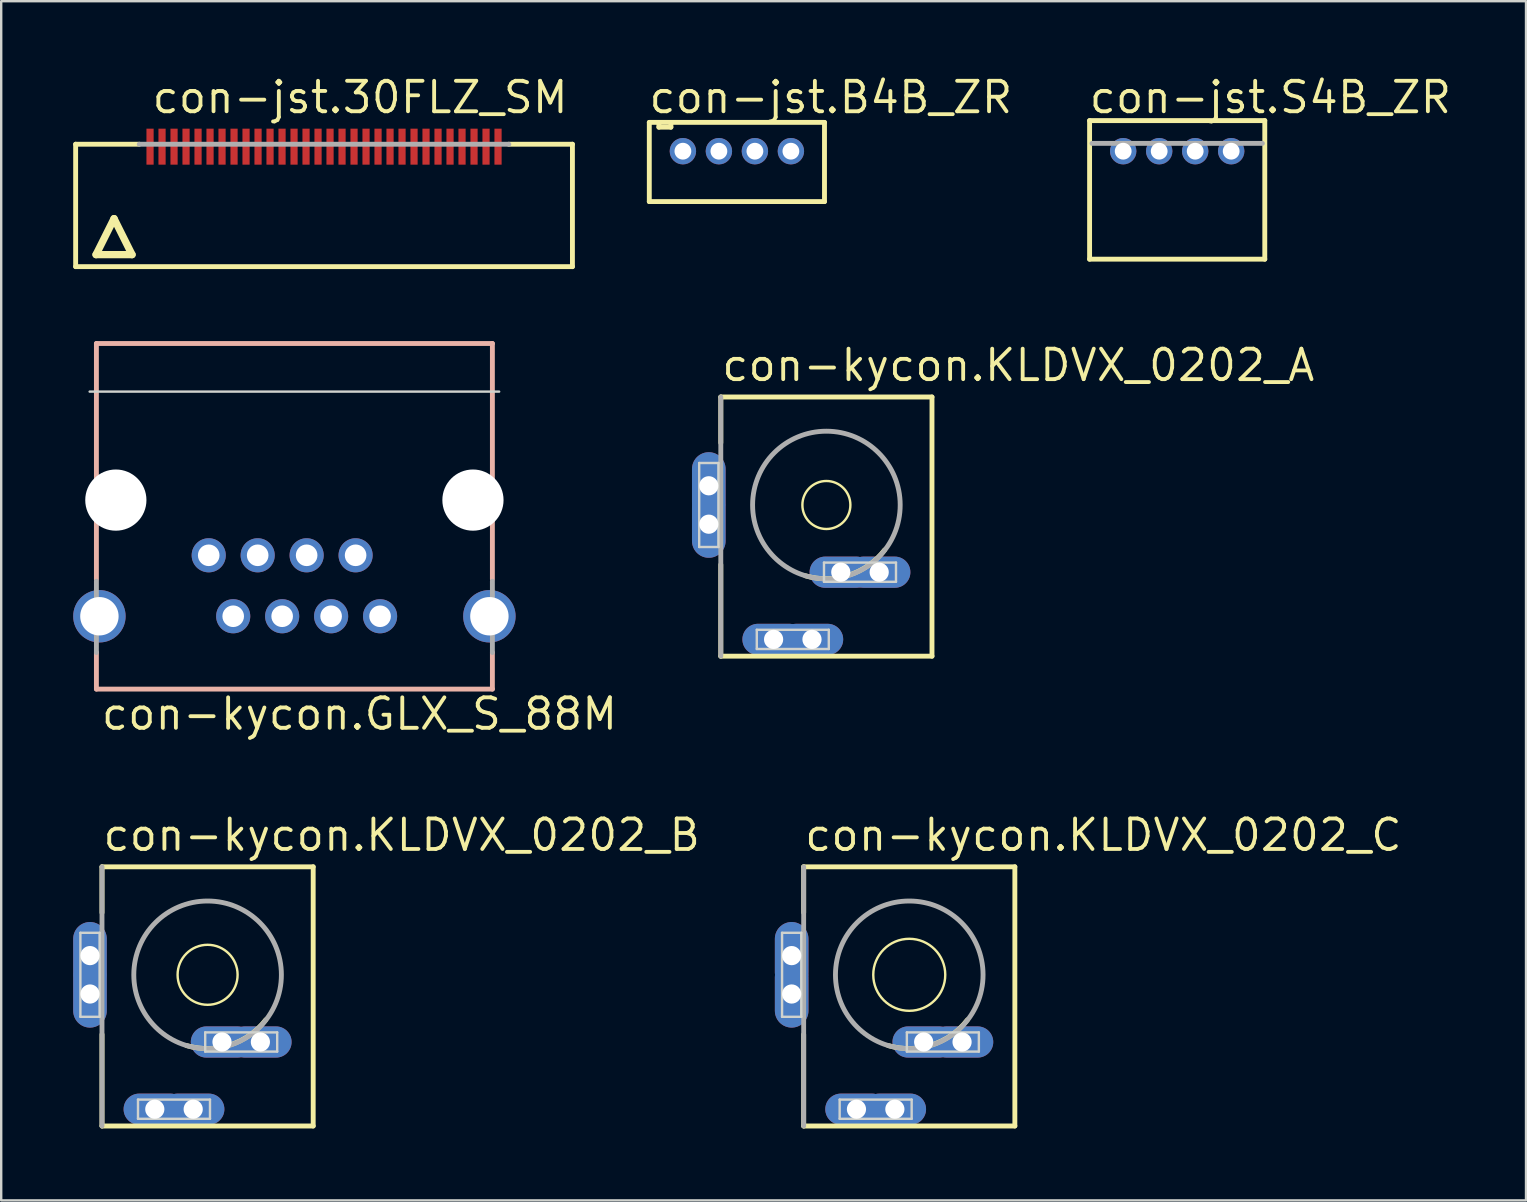
<source format=kicad_pcb>
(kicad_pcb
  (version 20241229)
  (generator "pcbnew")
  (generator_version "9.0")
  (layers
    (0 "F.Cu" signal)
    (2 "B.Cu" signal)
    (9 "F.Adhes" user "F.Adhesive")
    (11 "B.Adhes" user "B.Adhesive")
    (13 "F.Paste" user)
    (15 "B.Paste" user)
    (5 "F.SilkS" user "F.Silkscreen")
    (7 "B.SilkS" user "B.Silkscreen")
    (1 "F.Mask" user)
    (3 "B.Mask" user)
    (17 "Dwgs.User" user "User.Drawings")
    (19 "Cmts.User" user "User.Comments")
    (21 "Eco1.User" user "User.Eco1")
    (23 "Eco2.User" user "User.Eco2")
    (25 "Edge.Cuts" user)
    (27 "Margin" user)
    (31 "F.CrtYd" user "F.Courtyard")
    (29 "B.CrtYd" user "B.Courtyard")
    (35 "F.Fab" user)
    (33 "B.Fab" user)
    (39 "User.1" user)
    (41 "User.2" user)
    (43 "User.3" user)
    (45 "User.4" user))
  (footprint "con-jst.B4B_ZR"
    (layer "F.Cu")
    (at 27.655 3.25)
    (property "Reference" "con-jst.B4B_ZR" (at -3.75 -1.5 0) (layer "F.SilkS") (effects (font (size 1.27 1.27) (thickness 0.16)) (justify left bottom)))
    (attr through_hole)
    (fp_line (start -3.65 2.1) (end -3.65 -1.2) (stroke (width 0.203) (type default)) (layer "F.SilkS"))
    (fp_line (start -3.25 -1) (end -3.25 -1.15) (stroke (width 0.203) (type default)) (layer "F.SilkS"))
    (fp_line (start -3.25 -1) (end -2.75 -1) (stroke (width 0.203) (type default)) (layer "F.SilkS"))
    (fp_line (start -2.75 -1) (end -2.75 -1.15) (stroke (width 0.203) (type default)) (layer "F.SilkS"))
    (fp_line (start 3.65 -1.2) (end -3.65 -1.2) (stroke (width 0.203) (type default)) (layer "F.SilkS"))
    (fp_line (start 3.65 -1.2) (end 3.65 2.1) (stroke (width 0.203) (type default)) (layer "F.SilkS"))
    (fp_line (start 3.65 2.1) (end -3.65 2.1) (stroke (width 0.203) (type default)) (layer "F.SilkS"))
    (pad "1" thru_hole circle (at -2.25 0) (size 1.1 1.1) (drill 0.7) (layers "*.Cu" "*.Mask"))
    (pad "2" thru_hole circle (at -0.75 0) (size 1.1 1.1) (drill 0.7) (layers "*.Cu" "*.Mask"))
    (pad "3" thru_hole circle (at 0.75 0) (size 1.1 1.1) (drill 0.7) (layers "*.Cu" "*.Mask"))
    (pad "4" thru_hole circle (at 2.25 0) (size 1.1 1.1) (drill 0.7) (layers "*.Cu" "*.Mask")))
  (footprint "con-kycon.KLDVX_0202_B"
    (layer "F.Cu")
    (at 5.6 37.568)
    (property "Reference" "con-kycon.KLDVX_0202_B" (at -4.445 -5.08 0) (layer "F.SilkS") (effects (font (size 1.27 1.27) (thickness 0.16)) (justify left bottom)))
    (attr through_hole)
    (fp_line (start -4.4 -2.59) (end -4.4 -4.5) (stroke (width 0.203) (type default)) (layer "F.SilkS"))
    (fp_line (start -4.4 6.3) (end -4.4 2.485) (stroke (width 0.203) (type default)) (layer "F.SilkS"))
    (fp_line (start 4.4 -4.5) (end -4.4 -4.5) (stroke (width 0.203) (type default)) (layer "F.SilkS"))
    (fp_line (start 4.4 -4.5) (end 4.4 6.3) (stroke (width 0.203) (type default)) (layer "F.SilkS"))
    (fp_line (start 4.4 6.3) (end -4.4 6.3) (stroke (width 0.203) (type default)) (layer "F.SilkS"))
    (fp_arc (start 2.425 1.875) (mid 0.940995 2.922067) (end -0.875 2.95) (stroke (width 0.2032) (type default)) (layer "F.SilkS"))
    (fp_circle (center 0 0) (end 1.25 0) (stroke (width 0.1) (type default)) (fill no) (layer "F.SilkS"))
    (fp_line (start -5.3 -1.75) (end -4.5 -1.75) (stroke (width 0.1) (type default)) (layer "Edge.Cuts"))
    (fp_line (start -5.3 1.75) (end -5.3 -1.75) (stroke (width 0.1) (type default)) (layer "Edge.Cuts"))
    (fp_line (start -4.5 -1.75) (end -4.5 1.75) (stroke (width 0.1) (type default)) (layer "Edge.Cuts"))
    (fp_line (start -4.5 1.75) (end -5.3 1.75) (stroke (width 0.1) (type default)) (layer "Edge.Cuts"))
    (fp_line (start -2.9 5.2) (end 0.1 5.2) (stroke (width 0.1) (type default)) (layer "Edge.Cuts"))
    (fp_line (start -2.9 6) (end -2.9 5.2) (stroke (width 0.1) (type default)) (layer "Edge.Cuts"))
    (fp_line (start -0.1 2.4) (end 2.9 2.4) (stroke (width 0.1) (type default)) (layer "Edge.Cuts"))
    (fp_line (start -0.1 3.2) (end -0.1 2.4) (stroke (width 0.1) (type default)) (layer "Edge.Cuts"))
    (fp_line (start 0.1 5.2) (end 0.1 6) (stroke (width 0.1) (type default)) (layer "Edge.Cuts"))
    (fp_line (start 0.1 6) (end -2.9 6) (stroke (width 0.1) (type default)) (layer "Edge.Cuts"))
    (fp_line (start 2.9 2.4) (end 2.9 3.2) (stroke (width 0.1) (type default)) (layer "Edge.Cuts"))
    (fp_line (start 2.9 3.2) (end -0.1 3.2) (stroke (width 0.1) (type default)) (layer "Edge.Cuts"))
    (fp_line (start -4.4 6.3) (end -4.4 -4.5) (stroke (width 0.203) (type default)) (layer "F.Fab"))
    (fp_circle (center 0 0) (end 3.075 0) (stroke (width 0.203) (type default)) (fill no) (layer "F.Fab"))
    (pad "1" thru_hole oval (at -4.9 -0.8 90) (size 2.8 1.4) (drill 0.8) (layers "*.Cu" "*.Mask"))
    (pad "1@1" thru_hole oval (at -4.9 0.8 90) (size 2.8 1.4) (drill 0.8) (layers "*.Cu" "*.Mask"))
    (pad "2" thru_hole oval (at -2.2 5.6) (size 2.6 1.3) (drill 0.8) (layers "*.Cu" "*.Mask"))
    (pad "2@1" thru_hole oval (at -0.6 5.6) (size 2.6 1.3) (drill 0.8) (layers "*.Cu" "*.Mask"))
    (pad "3" thru_hole oval (at 0.6 2.8) (size 2.6 1.3) (drill 0.8) (layers "*.Cu" "*.Mask"))
    (pad "3@1" thru_hole oval (at 2.2 2.8) (size 2.6 1.3) (drill 0.8) (layers "*.Cu" "*.Mask")))
  (footprint "con-kycon.KLDVX_0202_C"
    (layer "F.Cu")
    (at 34.837 37.568)
    (property "Reference" "con-kycon.KLDVX_0202_C" (at -4.445 -5.08 0) (layer "F.SilkS") (effects (font (size 1.27 1.27) (thickness 0.16)) (justify left bottom)))
    (attr through_hole)
    (fp_line (start -4.4 -2.59) (end -4.4 -4.5) (stroke (width 0.203) (type default)) (layer "F.SilkS"))
    (fp_line (start -4.4 6.3) (end -4.4 2.485) (stroke (width 0.203) (type default)) (layer "F.SilkS"))
    (fp_line (start 4.4 -4.5) (end -4.4 -4.5) (stroke (width 0.203) (type default)) (layer "F.SilkS"))
    (fp_line (start 4.4 -4.5) (end 4.4 6.3) (stroke (width 0.203) (type default)) (layer "F.SilkS"))
    (fp_line (start 4.4 6.3) (end -4.4 6.3) (stroke (width 0.203) (type default)) (layer "F.SilkS"))
    (fp_arc (start 2.425 1.875) (mid 0.940995 2.922067) (end -0.875 2.95) (stroke (width 0.2032) (type default)) (layer "F.SilkS"))
    (fp_circle (center 0 0) (end 1.5 0) (stroke (width 0.1) (type default)) (fill no) (layer "F.SilkS"))
    (fp_line (start -5.3 -1.75) (end -4.5 -1.75) (stroke (width 0.1) (type default)) (layer "Edge.Cuts"))
    (fp_line (start -5.3 1.75) (end -5.3 -1.75) (stroke (width 0.1) (type default)) (layer "Edge.Cuts"))
    (fp_line (start -4.5 -1.75) (end -4.5 1.75) (stroke (width 0.1) (type default)) (layer "Edge.Cuts"))
    (fp_line (start -4.5 1.75) (end -5.3 1.75) (stroke (width 0.1) (type default)) (layer "Edge.Cuts"))
    (fp_line (start -2.9 5.2) (end 0.1 5.2) (stroke (width 0.1) (type default)) (layer "Edge.Cuts"))
    (fp_line (start -2.9 6) (end -2.9 5.2) (stroke (width 0.1) (type default)) (layer "Edge.Cuts"))
    (fp_line (start -0.1 2.4) (end 2.9 2.4) (stroke (width 0.1) (type default)) (layer "Edge.Cuts"))
    (fp_line (start -0.1 3.2) (end -0.1 2.4) (stroke (width 0.1) (type default)) (layer "Edge.Cuts"))
    (fp_line (start 0.1 5.2) (end 0.1 6) (stroke (width 0.1) (type default)) (layer "Edge.Cuts"))
    (fp_line (start 0.1 6) (end -2.9 6) (stroke (width 0.1) (type default)) (layer "Edge.Cuts"))
    (fp_line (start 2.9 2.4) (end 2.9 3.2) (stroke (width 0.1) (type default)) (layer "Edge.Cuts"))
    (fp_line (start 2.9 3.2) (end -0.1 3.2) (stroke (width 0.1) (type default)) (layer "Edge.Cuts"))
    (fp_line (start -4.4 6.3) (end -4.4 -4.5) (stroke (width 0.203) (type default)) (layer "F.Fab"))
    (fp_circle (center 0 0) (end 3.075 0) (stroke (width 0.203) (type default)) (fill no) (layer "F.Fab"))
    (pad "1" thru_hole oval (at -4.9 -0.8 90) (size 2.8 1.4) (drill 0.8) (layers "*.Cu" "*.Mask"))
    (pad "1@1" thru_hole oval (at -4.9 0.8 90) (size 2.8 1.4) (drill 0.8) (layers "*.Cu" "*.Mask"))
    (pad "2" thru_hole oval (at -2.2 5.6) (size 2.6 1.3) (drill 0.8) (layers "*.Cu" "*.Mask"))
    (pad "2@1" thru_hole oval (at -0.6 5.6) (size 2.6 1.3) (drill 0.8) (layers "*.Cu" "*.Mask"))
    (pad "3" thru_hole oval (at 0.6 2.8) (size 2.6 1.3) (drill 0.8) (layers "*.Cu" "*.Mask"))
    (pad "3@1" thru_hole oval (at 2.2 2.8) (size 2.6 1.3) (drill 0.8) (layers "*.Cu" "*.Mask")))
  (footprint "con-kycon.KLDVX_0202_A"
    (layer "F.Cu")
    (at 31.384 17.992)
    (property "Reference" "con-kycon.KLDVX_0202_A" (at -4.445 -5.08 0) (layer "F.SilkS") (effects (font (size 1.27 1.27) (thickness 0.16)) (justify left bottom)))
    (attr through_hole)
    (fp_line (start -4.4 -2.59) (end -4.4 -4.5) (stroke (width 0.203) (type default)) (layer "F.SilkS"))
    (fp_line (start -4.4 6.3) (end -4.4 2.485) (stroke (width 0.203) (type default)) (layer "F.SilkS"))
    (fp_line (start 4.4 -4.5) (end -4.4 -4.5) (stroke (width 0.203) (type default)) (layer "F.SilkS"))
    (fp_line (start 4.4 -4.5) (end 4.4 6.3) (stroke (width 0.203) (type default)) (layer "F.SilkS"))
    (fp_line (start 4.4 6.3) (end -4.4 6.3) (stroke (width 0.203) (type default)) (layer "F.SilkS"))
    (fp_arc (start 2.425 1.875) (mid 0.940995 2.922067) (end -0.875 2.95) (stroke (width 0.2032) (type default)) (layer "F.SilkS"))
    (fp_circle (center 0 0) (end 1 0) (stroke (width 0.1) (type default)) (fill no) (layer "F.SilkS"))
    (fp_line (start -5.3 -1.75) (end -4.5 -1.75) (stroke (width 0.1) (type default)) (layer "Edge.Cuts"))
    (fp_line (start -5.3 1.75) (end -5.3 -1.75) (stroke (width 0.1) (type default)) (layer "Edge.Cuts"))
    (fp_line (start -4.5 -1.75) (end -4.5 1.75) (stroke (width 0.1) (type default)) (layer "Edge.Cuts"))
    (fp_line (start -4.5 1.75) (end -5.3 1.75) (stroke (width 0.1) (type default)) (layer "Edge.Cuts"))
    (fp_line (start -2.9 5.2) (end 0.1 5.2) (stroke (width 0.1) (type default)) (layer "Edge.Cuts"))
    (fp_line (start -2.9 6) (end -2.9 5.2) (stroke (width 0.1) (type default)) (layer "Edge.Cuts"))
    (fp_line (start -0.1 2.4) (end 2.9 2.4) (stroke (width 0.1) (type default)) (layer "Edge.Cuts"))
    (fp_line (start -0.1 3.2) (end -0.1 2.4) (stroke (width 0.1) (type default)) (layer "Edge.Cuts"))
    (fp_line (start 0.1 5.2) (end 0.1 6) (stroke (width 0.1) (type default)) (layer "Edge.Cuts"))
    (fp_line (start 0.1 6) (end -2.9 6) (stroke (width 0.1) (type default)) (layer "Edge.Cuts"))
    (fp_line (start 2.9 2.4) (end 2.9 3.2) (stroke (width 0.1) (type default)) (layer "Edge.Cuts"))
    (fp_line (start 2.9 3.2) (end -0.1 3.2) (stroke (width 0.1) (type default)) (layer "Edge.Cuts"))
    (fp_line (start -4.4 6.3) (end -4.4 -4.5) (stroke (width 0.203) (type default)) (layer "F.Fab"))
    (fp_circle (center 0 0) (end 3.075 0) (stroke (width 0.203) (type default)) (fill no) (layer "F.Fab"))
    (pad "1" thru_hole oval (at -4.9 -0.8 90) (size 2.8 1.4) (drill 0.8) (layers "*.Cu" "*.Mask"))
    (pad "1@1" thru_hole oval (at -4.9 0.8 90) (size 2.8 1.4) (drill 0.8) (layers "*.Cu" "*.Mask"))
    (pad "2" thru_hole oval (at -2.2 5.6) (size 2.6 1.3) (drill 0.8) (layers "*.Cu" "*.Mask"))
    (pad "2@1" thru_hole oval (at -0.6 5.6) (size 2.6 1.3) (drill 0.8) (layers "*.Cu" "*.Mask"))
    (pad "3" thru_hole oval (at 0.6 2.8) (size 2.6 1.3) (drill 0.8) (layers "*.Cu" "*.Mask"))
    (pad "3@1" thru_hole oval (at 2.2 2.8) (size 2.6 1.3) (drill 0.8) (layers "*.Cu" "*.Mask")))
  (footprint "con-kycon.GLX_S_88M"
    (layer "F.Cu")
    (at 9.217 17.788)
    (property "Reference" "con-kycon.GLX_S_88M" (at -8.128 9.652 0) (layer "F.SilkS") (effects (font (size 1.27 1.27) (thickness 0.16)) (justify left bottom)))
    (attr through_hole)
    (fp_line (start -8.25 -6.525) (end 8.25 -6.525) (stroke (width 0.203) (type default)) (layer "B.SilkS"))
    (fp_line (start -8.25 3.302) (end -8.25 -6.525) (stroke (width 0.203) (type default)) (layer "B.SilkS"))
    (fp_line (start -8.25 7.875) (end -8.25 6.35) (stroke (width 0.203) (type default)) (layer "B.SilkS"))
    (fp_line (start 8.25 -6.525) (end 8.25 3.302) (stroke (width 0.203) (type default)) (layer "B.SilkS"))
    (fp_line (start 8.25 6.35) (end 8.25 7.875) (stroke (width 0.203) (type default)) (layer "B.SilkS"))
    (fp_line (start 8.25 7.875) (end -8.25 7.875) (stroke (width 0.203) (type default)) (layer "B.SilkS"))
    (fp_line (start -8.532 -4.52) (end 8.532 -4.52) (stroke (width 0.1) (type default)) (layer "Edge.Cuts"))
    (fp_line (start -8.25 6.351) (end -8.25 3.381) (stroke (width 0.203) (type default)) (layer "F.Fab"))
    (fp_line (start 8.25 3.381) (end 8.25 6.351) (stroke (width 0.203) (type default)) (layer "F.Fab"))
    (pad "" np_thru_hole circle (at -7.44 0) (size 2.55 2.55) (drill 2.55) (layers "*.Cu" "*.Mask"))
    (pad "" np_thru_hole circle (at 7.44 0) (size 2.55 2.55) (drill 2.55) (layers "*.Cu" "*.Mask"))
    (pad "1" thru_hole circle (at -3.57 2.3) (size 1.422 1.422) (drill 0.9) (layers "*.Cu" "*.Mask"))
    (pad "2" thru_hole circle (at -2.55 4.84) (size 1.422 1.422) (drill 0.9) (layers "*.Cu" "*.Mask"))
    (pad "3" thru_hole circle (at -1.53 2.3) (size 1.422 1.422) (drill 0.9) (layers "*.Cu" "*.Mask"))
    (pad "4" thru_hole circle (at -0.51 4.84) (size 1.422 1.422) (drill 0.9) (layers "*.Cu" "*.Mask"))
    (pad "5" thru_hole circle (at 0.51 2.3) (size 1.422 1.422) (drill 0.9) (layers "*.Cu" "*.Mask"))
    (pad "6" thru_hole circle (at 1.53 4.84) (size 1.422 1.422) (drill 0.9) (layers "*.Cu" "*.Mask"))
    (pad "7" thru_hole circle (at 2.55 2.3) (size 1.422 1.422) (drill 0.9) (layers "*.Cu" "*.Mask"))
    (pad "8" thru_hole circle (at 3.57 4.84) (size 1.422 1.422) (drill 0.9) (layers "*.Cu" "*.Mask"))
    (pad "S1" thru_hole circle (at -8.125 4.84) (size 2.184 2.184) (drill 1.6) (layers "*.Cu" "*.Mask"))
    (pad "S2" thru_hole circle (at 8.125 4.84) (size 2.184 2.184) (drill 1.6) (layers "*.Cu" "*.Mask")))
  (footprint "con-jst.S4B_ZR"
    (layer "F.Cu")
    (at 46.001 3.25)
    (property "Reference" "con-jst.S4B_ZR" (at -3.75 -1.5 0) (layer "F.SilkS") (effects (font (size 1.27 1.27) (thickness 0.16)) (justify left bottom)))
    (attr through_hole)
    (fp_line (start -3.65 4.5) (end -3.65 -1.275) (stroke (width 0.203) (type default)) (layer "F.SilkS"))
    (fp_line (start 3.65 -1.275) (end -3.65 -1.275) (stroke (width 0.203) (type default)) (layer "F.SilkS"))
    (fp_line (start 3.65 -1.275) (end 3.65 4.5) (stroke (width 0.203) (type default)) (layer "F.SilkS"))
    (fp_line (start 3.65 4.5) (end -3.65 4.5) (stroke (width 0.203) (type default)) (layer "F.SilkS"))
    (fp_line (start -3.55 -0.325) (end 3.55 -0.325) (stroke (width 0.203) (type default)) (layer "F.Fab"))
    (pad "1" thru_hole circle (at -2.25 0) (size 1.1 1.1) (drill 0.7) (layers "*.Cu" "*.Mask"))
    (pad "2" thru_hole circle (at -0.75 0) (size 1.1 1.1) (drill 0.7) (layers "*.Cu" "*.Mask"))
    (pad "3" thru_hole circle (at 0.75 0) (size 1.1 1.1) (drill 0.7) (layers "*.Cu" "*.Mask"))
    (pad "4" thru_hole circle (at 2.25 0) (size 1.1 1.1) (drill 0.7) (layers "*.Cu" "*.Mask")))
  (footprint "con-jst.30FLZ_SM"
    (layer "F.Cu")
    (at 10.452 5.56)
    (property "Reference" "con-jst.30FLZ_SM" (at -7.25 -3.81 0) (layer "F.SilkS") (effects (font (size 1.27 1.27) (thickness 0.16)) (justify left bottom)))
    (attr smd)
    (fp_line (start -10.35 -2.6) (end -7.7 -2.6) (stroke (width 0.203) (type default)) (layer "F.SilkS"))
    (fp_line (start -10.35 2.5) (end -10.35 -2.6) (stroke (width 0.203) (type default)) (layer "F.SilkS"))
    (fp_line (start -9.5 2) (end -8 2) (stroke (width 0.305) (type default)) (layer "F.SilkS"))
    (fp_line (start -8.75 0.5) (end -9.5 2) (stroke (width 0.305) (type default)) (layer "F.SilkS"))
    (fp_line (start -8 2) (end -8.75 0.5) (stroke (width 0.305) (type default)) (layer "F.SilkS"))
    (fp_line (start 7.7 -2.6) (end 10.35 -2.6) (stroke (width 0.203) (type default)) (layer "F.SilkS"))
    (fp_line (start 10.35 -2.6) (end 10.35 2.5) (stroke (width 0.203) (type default)) (layer "F.SilkS"))
    (fp_line (start 10.35 2.5) (end -10.35 2.5) (stroke (width 0.203) (type default)) (layer "F.SilkS"))
    (fp_line (start -7.7 -2.6) (end 7.7 -2.6) (stroke (width 0.203) (type default)) (layer "F.Fab"))
    (pad "1" smd roundrect (at -7.25 -2.5) (size 0.3 1.5) (layers "F.Cu" "F.Mask" "F.Paste") (roundrect_rratio 0.01))
    (pad "2" smd roundrect (at -6.75 -2.5) (size 0.3 1.5) (layers "F.Cu" "F.Mask" "F.Paste") (roundrect_rratio 0.01))
    (pad "3" smd roundrect (at -6.25 -2.5) (size 0.3 1.5) (layers "F.Cu" "F.Mask" "F.Paste") (roundrect_rratio 0.01))
    (pad "4" smd roundrect (at -5.75 -2.5) (size 0.3 1.5) (layers "F.Cu" "F.Mask" "F.Paste") (roundrect_rratio 0.01))
    (pad "5" smd roundrect (at -5.25 -2.5) (size 0.3 1.5) (layers "F.Cu" "F.Mask" "F.Paste") (roundrect_rratio 0.01))
    (pad "6" smd roundrect (at -4.75 -2.5) (size 0.3 1.5) (layers "F.Cu" "F.Mask" "F.Paste") (roundrect_rratio 0.01))
    (pad "7" smd roundrect (at -4.25 -2.5) (size 0.3 1.5) (layers "F.Cu" "F.Mask" "F.Paste") (roundrect_rratio 0.01))
    (pad "8" smd roundrect (at -3.75 -2.5) (size 0.3 1.5) (layers "F.Cu" "F.Mask" "F.Paste") (roundrect_rratio 0.01))
    (pad "9" smd roundrect (at -3.25 -2.5) (size 0.3 1.5) (layers "F.Cu" "F.Mask" "F.Paste") (roundrect_rratio 0.01))
    (pad "10" smd roundrect (at -2.75 -2.5) (size 0.3 1.5) (layers "F.Cu" "F.Mask" "F.Paste") (roundrect_rratio 0.01))
    (pad "11" smd roundrect (at -2.25 -2.5) (size 0.3 1.5) (layers "F.Cu" "F.Mask" "F.Paste") (roundrect_rratio 0.01))
    (pad "12" smd roundrect (at -1.75 -2.5) (size 0.3 1.5) (layers "F.Cu" "F.Mask" "F.Paste") (roundrect_rratio 0.01))
    (pad "13" smd roundrect (at -1.25 -2.5) (size 0.3 1.5) (layers "F.Cu" "F.Mask" "F.Paste") (roundrect_rratio 0.01))
    (pad "14" smd roundrect (at -0.75 -2.5) (size 0.3 1.5) (layers "F.Cu" "F.Mask" "F.Paste") (roundrect_rratio 0.01))
    (pad "15" smd roundrect (at -0.25 -2.5) (size 0.3 1.5) (layers "F.Cu" "F.Mask" "F.Paste") (roundrect_rratio 0.01))
    (pad "16" smd roundrect (at 0.25 -2.5) (size 0.3 1.5) (layers "F.Cu" "F.Mask" "F.Paste") (roundrect_rratio 0.01))
    (pad "17" smd roundrect (at 0.75 -2.5) (size 0.3 1.5) (layers "F.Cu" "F.Mask" "F.Paste") (roundrect_rratio 0.01))
    (pad "18" smd roundrect (at 1.25 -2.5) (size 0.3 1.5) (layers "F.Cu" "F.Mask" "F.Paste") (roundrect_rratio 0.01))
    (pad "19" smd roundrect (at 1.75 -2.5) (size 0.3 1.5) (layers "F.Cu" "F.Mask" "F.Paste") (roundrect_rratio 0.01))
    (pad "20" smd roundrect (at 2.25 -2.5) (size 0.3 1.5) (layers "F.Cu" "F.Mask" "F.Paste") (roundrect_rratio 0.01))
    (pad "21" smd roundrect (at 2.75 -2.5) (size 0.3 1.5) (layers "F.Cu" "F.Mask" "F.Paste") (roundrect_rratio 0.01))
    (pad "22" smd roundrect (at 3.25 -2.5) (size 0.3 1.5) (layers "F.Cu" "F.Mask" "F.Paste") (roundrect_rratio 0.01))
    (pad "23" smd roundrect (at 3.75 -2.5) (size 0.3 1.5) (layers "F.Cu" "F.Mask" "F.Paste") (roundrect_rratio 0.01))
    (pad "24" smd roundrect (at 4.25 -2.5) (size 0.3 1.5) (layers "F.Cu" "F.Mask" "F.Paste") (roundrect_rratio 0.01))
    (pad "25" smd roundrect (at 4.75 -2.5) (size 0.3 1.5) (layers "F.Cu" "F.Mask" "F.Paste") (roundrect_rratio 0.01))
    (pad "26" smd roundrect (at 5.25 -2.5) (size 0.3 1.5) (layers "F.Cu" "F.Mask" "F.Paste") (roundrect_rratio 0.01))
    (pad "27" smd roundrect (at 5.75 -2.5) (size 0.3 1.5) (layers "F.Cu" "F.Mask" "F.Paste") (roundrect_rratio 0.01))
    (pad "28" smd roundrect (at 6.25 -2.5) (size 0.3 1.5) (layers "F.Cu" "F.Mask" "F.Paste") (roundrect_rratio 0.01))
    (pad "29" smd roundrect (at 6.75 -2.5) (size 0.3 1.5) (layers "F.Cu" "F.Mask" "F.Paste") (roundrect_rratio 0.01))
    (pad "30" smd roundrect (at 7.25 -2.5) (size 0.3 1.5) (layers "F.Cu" "F.Mask" "F.Paste") (roundrect_rratio 0.01)))
  (gr_rect
    (start -3 -3)
    (end 60.536 46.969)
    (stroke (width 0.1) (type default))
    (fill no)
    (layer "Edge.Cuts")))
</source>
